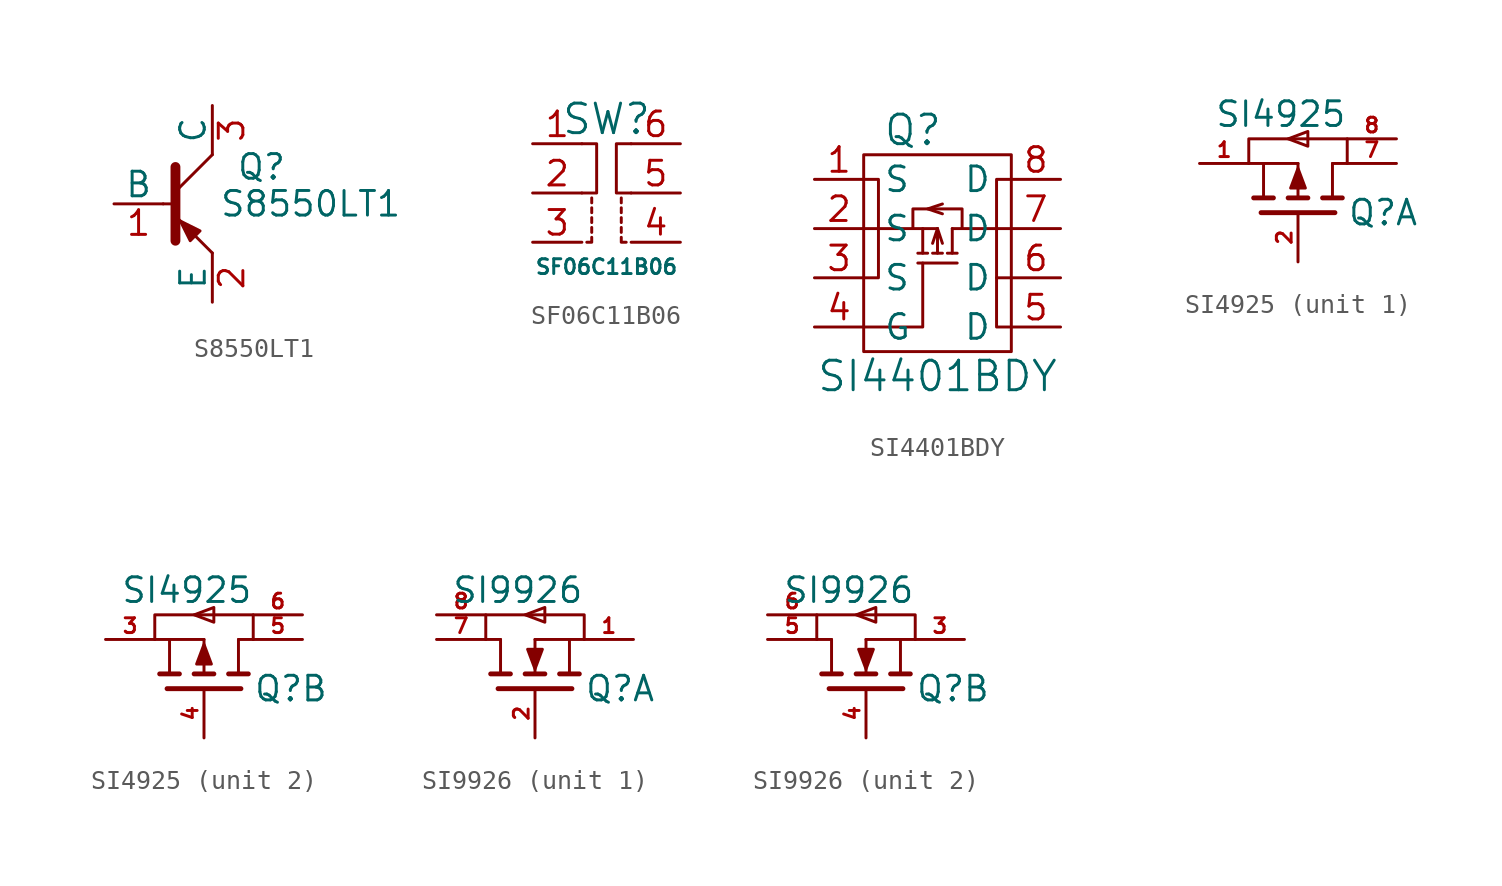
<source format=kicad_sym>
(kicad_symbol_lib
  (version 20220914)
  (generator kicad_symbol_editor)
  (symbol "S8550LT1"
    (pin_names
      (offset 0))
    (property "Reference" "Q"
      (at 2.54 1.905 0)
      (effects (font (size 1.27 1.27))))
    (property "Value" "S8550LT1"
      (at 5.08 0 0)
      (effects (font (size 1.27 1.27))))
    (property "Datasheet" ""
      (at -2.54 0 0)
      (effects (font (size 1.27 1.27)) (justify left)))
    (symbol "S8550LT1_0_1"
      (polyline (pts (xy -2.54 0) (xy -1.905 0)) (stroke (width 0) (type default)) (fill (type none)))
      (polyline (pts (xy 0 -2.54) (xy -1.905 -0.635)) (stroke (width 0) (type default)) (fill (type none)))
      (polyline (pts (xy 0 2.54) (xy -1.905 0.635)) (stroke (width 0) (type default)) (fill (type none)))
      (polyline (pts (xy -1.905 1.905) (xy -1.905 -1.905) (xy -1.905 -1.905)) (stroke (width 0.508) (type default)) (fill (type outline)))
      (polyline (pts (xy -1.143 -1.905) (xy -0.635 -1.397) (xy -1.651 -0.889) (xy -1.143 -1.905) (xy -1.143 -1.905)) (stroke (width 0) (type default)) (fill (type outline))))
    (symbol "S8550LT1_1_1"
      (pin bidirectional line (at -5.08 0 0) (length 2.54) (name "B" (effects (font (size 1.27 1.27)))) (number "1" (effects (font (size 1.27 1.27)))))
      (pin bidirectional line (at 0 -5.08 90) (length 2.54) (name "E" (effects (font (size 1.27 1.27)))) (number "2" (effects (font (size 1.27 1.27)))))
      (pin bidirectional line (at 0 5.08 270) (length 2.54) (name "C" (effects (font (size 1.27 1.27)))) (number "3" (effects (font (size 1.27 1.27)))))))
  (symbol "SF06C11B06"
    (pin_names
      (offset 1.016))
    (property "Reference" "SW"
      (at 0 3.81 0)
      (effects (font (size 1.524 1.524))))
    (property "Value" "SF06C11B06"
      (at 0 -3.81 0)
      (effects (font (size 0.762 0.762))))
    (symbol "SF06C11B06_0_1"
      (polyline (pts (xy -0.762 -1.778) (xy -0.762 -2.032)) (stroke (width 0) (type default)) (fill (type none)))
      (polyline (pts (xy -0.762 -1.27) (xy -0.762 -1.524)) (stroke (width 0) (type default)) (fill (type none)))
      (polyline (pts (xy -0.762 -0.762) (xy -0.762 -1.016)) (stroke (width 0) (type default)) (fill (type none)))
      (polyline (pts (xy -0.762 -0.254) (xy -0.762 -0.508)) (stroke (width 0) (type default)) (fill (type none)))
      (polyline (pts (xy 0.762 -2.032) (xy 0.762 -1.778)) (stroke (width 0) (type default)) (fill (type none)))
      (polyline (pts (xy 0.762 -1.524) (xy 0.762 -1.27)) (stroke (width 0) (type default)) (fill (type none)))
      (polyline (pts (xy 0.762 -1.016) (xy 0.762 -0.762)) (stroke (width 0) (type default)) (fill (type none)))
      (polyline (pts (xy 0.762 -0.508) (xy 0.762 -0.254)) (stroke (width 0) (type default)) (fill (type none)))
      (polyline (pts (xy -0.762 -2.286) (xy -0.762 -2.54) (xy -1.016 -2.54)) (stroke (width 0) (type default)) (fill (type none)))
      (polyline (pts (xy 1.016 -2.54) (xy 0.762 -2.54) (xy 0.762 -2.286)) (stroke (width 0) (type default)) (fill (type none)))
      (polyline (pts (xy -1.27 2.54) (xy -0.508 2.54) (xy -0.508 0) (xy -1.27 0)) (stroke (width 0) (type default)) (fill (type none)))
      (polyline (pts (xy 1.27 0) (xy 0.508 0) (xy 0.508 2.54) (xy 1.27 2.54)) (stroke (width 0) (type default)) (fill (type none))))
    (symbol "SF06C11B06_1_1"
      (pin input line (at -3.81 2.54 0) (length 2.54) (name "~" (effects (font (size 1.27 1.27)))) (number "1" (effects (font (size 1.27 1.27)))))
      (pin input line (at -3.81 0 0) (length 2.54) (name "~" (effects (font (size 1.27 1.27)))) (number "2" (effects (font (size 1.27 1.27)))))
      (pin input line (at -3.81 -2.54 0) (length 2.54) (name "~" (effects (font (size 1.27 1.27)))) (number "3" (effects (font (size 1.27 1.27)))))
      (pin input line (at 3.81 -2.54 180) (length 2.54) (name "~" (effects (font (size 1.27 1.27)))) (number "4" (effects (font (size 1.27 1.27)))))
      (pin input line (at 3.81 0 180) (length 2.54) (name "~" (effects (font (size 1.27 1.27)))) (number "5" (effects (font (size 1.27 1.27)))))
      (pin input line (at 3.81 2.54 180) (length 2.54) (name "~" (effects (font (size 1.27 1.27)))) (number "6" (effects (font (size 1.27 1.27)))))))
  (symbol "SI4401BDY"
    (pin_names
      (offset 1.016))
    (property "Reference" "Q"
      (at -1.27 6.35 0)
      (effects (font (size 1.524 1.524))))
    (property "Value" "SI4401BDY"
      (at 0 -6.35 0)
      (effects (font (size 1.524 1.524))))
    (property "Footprint" ""
      (at 0 0 0)
      (effects (font (size 1.524 1.524))))
    (property "Datasheet" ""
      (at 0 0 0)
      (effects (font (size 1.524 1.524))))
    (symbol "SI4401BDY_0_1"
      (rectangle (start -3.81 5.08) (end 3.81 -5.08) (stroke (width 0) (type default)) (fill (type none)))
      (polyline (pts (xy -3.81 1.27) (xy 0 1.27)) (stroke (width 0) (type default)) (fill (type none)))
      (polyline (pts (xy -1.016 -0.508) (xy 1.016 -0.508)) (stroke (width 0) (type default)) (fill (type none)))
      (polyline (pts (xy -0.762 0) (xy -0.762 1.27)) (stroke (width 0) (type default)) (fill (type none)))
      (polyline (pts (xy -0.508 0) (xy -1.016 0)) (stroke (width 0) (type default)) (fill (type none)))
      (polyline (pts (xy -0.254 0) (xy 0.254 0)) (stroke (width 0) (type default)) (fill (type none)))
      (polyline (pts (xy 0 1.27) (xy 0 0)) (stroke (width 0) (type default)) (fill (type none)))
      (polyline (pts (xy 0.508 0) (xy 1.016 0)) (stroke (width 0) (type default)) (fill (type none)))
      (polyline (pts (xy 0.762 1.27) (xy 0.762 0)) (stroke (width 0) (type default)) (fill (type none)))
      (polyline (pts (xy 3.81 -1.27) (xy 3.048 -1.27)) (stroke (width 0) (type default)) (fill (type none)))
      (polyline (pts (xy 3.81 1.27) (xy 0.762 1.27)) (stroke (width 0) (type default)) (fill (type none)))
      (polyline (pts (xy -0.762 -0.508) (xy -0.762 -3.81) (xy -3.81 -3.81)) (stroke (width 0) (type default)) (fill (type none)))
      (polyline (pts (xy -0.254 0.508) (xy 0 1.27) (xy 0.254 0.508)) (stroke (width 0) (type default)) (fill (type none)))
      (polyline (pts (xy 0.254 2.54) (xy -0.508 2.286) (xy 0.254 2.032)) (stroke (width 0) (type default)) (fill (type none)))
      (polyline (pts (xy -3.81 3.81) (xy -3.048 3.81) (xy -3.048 -1.27) (xy -3.81 -1.27)) (stroke (width 0) (type default)) (fill (type none)))
      (polyline (pts (xy -1.27 1.27) (xy -1.27 2.286) (xy 1.27 2.286) (xy 1.27 1.27)) (stroke (width 0) (type default)) (fill (type none)))
      (polyline (pts (xy 3.81 3.81) (xy 3.048 3.81) (xy 3.048 -3.81) (xy 3.81 -3.81)) (stroke (width 0) (type default)) (fill (type none))))
    (symbol "SI4401BDY_1_1"
      (pin input line (at -6.35 3.81 0) (length 2.54) (name "S" (effects (font (size 1.27 1.27)))) (number "1" (effects (font (size 1.27 1.27)))))
      (pin input line (at -6.35 1.27 0) (length 2.54) (name "S" (effects (font (size 1.27 1.27)))) (number "2" (effects (font (size 1.27 1.27)))))
      (pin input line (at -6.35 -1.27 0) (length 2.54) (name "S" (effects (font (size 1.27 1.27)))) (number "3" (effects (font (size 1.27 1.27)))))
      (pin input line (at -6.35 -3.81 0) (length 2.54) (name "G" (effects (font (size 1.27 1.27)))) (number "4" (effects (font (size 1.27 1.27)))))
      (pin input line (at 6.35 -3.81 180) (length 2.54) (name "D" (effects (font (size 1.27 1.27)))) (number "5" (effects (font (size 1.27 1.27)))))
      (pin input line (at 6.35 -1.27 180) (length 2.54) (name "D" (effects (font (size 1.27 1.27)))) (number "6" (effects (font (size 1.27 1.27)))))
      (pin input line (at 6.35 1.27 180) (length 2.54) (name "D" (effects (font (size 1.27 1.27)))) (number "7" (effects (font (size 1.27 1.27)))))
      (pin input line (at 6.35 3.81 180) (length 2.54) (name "D" (effects (font (size 1.27 1.27)))) (number "8" (effects (font (size 1.27 1.27)))))))
  (symbol "SI4925"
    (pin_names
      (offset 0) hide)
    (property "Reference" "Q"
      (at 2.54 -2.54 0)
      (effects (font (size 1.27 1.27)) (justify left)))
    (property "Value" "SI4925"
      (at 2.54 2.54 0)
      (effects (font (size 1.27 1.27)) (justify right)))
    (property "Footprint" ""
      (at -2.54 2.54 90)
      (effects (font (size 1.27 1.27))))
    (property "Datasheet" ""
      (at 0 -2.54 90)
      (effects (font (size 1.27 1.27))))
    (symbol "SI4925_0_1"
      (polyline (pts (xy -2.54 0) (xy -1.778 0)) (stroke (width 0) (type default)) (fill (type none)))
      (polyline (pts (xy -2.286 -1.778) (xy -1.27 -1.778)) (stroke (width 0.254) (type default)) (fill (type none)))
      (polyline (pts (xy -1.778 -1.778) (xy -1.778 0)) (stroke (width 0) (type default)) (fill (type none)))
      (polyline (pts (xy -0.508 -1.778) (xy 0.508 -1.778)) (stroke (width 0.254) (type default)) (fill (type none)))
      (polyline (pts (xy 0 -1.778) (xy 0 0)) (stroke (width 0) (type default)) (fill (type none)))
      (polyline (pts (xy 0 0) (xy -1.778 0)) (stroke (width 0) (type default)) (fill (type none)))
      (polyline (pts (xy 1.27 -1.778) (xy 2.286 -1.778)) (stroke (width 0.254) (type default)) (fill (type none)))
      (polyline (pts (xy 1.778 -1.778) (xy 1.778 0)) (stroke (width 0) (type default)) (fill (type none)))
      (polyline (pts (xy 1.778 0) (xy 2.54 0)) (stroke (width 0) (type default)) (fill (type none)))
      (polyline (pts (xy -1.905 -2.54) (xy 1.905 -2.54) (xy 1.905 -2.54)) (stroke (width 0.254) (type default)) (fill (type none)))
      (polyline (pts (xy -2.54 0) (xy -2.54 1.27) (xy 2.54 1.27) (xy 2.54 0)) (stroke (width 0) (type default)) (fill (type none)))
      (polyline (pts (xy -0.508 1.27) (xy 0.508 0.889) (xy 0.508 1.651) (xy -0.508 1.27)) (stroke (width 0) (type default)) (fill (type none)))
      (polyline (pts (xy 0 -0.254) (xy 0.381 -1.27) (xy -0.381 -1.27) (xy 0 -0.254)) (stroke (width 0) (type default)) (fill (type outline))))
    (symbol "SI4925_1_1"
      (pin passive line (at -5.08 0 0) (length 2.54) (name "S2" (effects (font (size 0.762 0.762)))) (number "1" (effects (font (size 0.762 0.762)))))
      (pin input line (at 0 -5.08 90) (length 2.54) (name "G2" (effects (font (size 0.762 0.762)))) (number "2" (effects (font (size 0.762 0.762)))))
      (pin passive line (at 5.08 0 180) (length 2.54) (name "D2" (effects (font (size 0.762 0.762)))) (number "7" (effects (font (size 0.762 0.762)))))
      (pin passive line (at 5.08 1.27 180) (length 2.54) (name "D2" (effects (font (size 0.762 0.762)))) (number "8" (effects (font (size 0.762 0.762))))))
    (symbol "SI4925_2_1"
      (pin passive line (at -5.08 0 0) (length 2.54) (name "S2" (effects (font (size 0.762 0.762)))) (number "3" (effects (font (size 0.762 0.762)))))
      (pin input line (at 0 -5.08 90) (length 2.54) (name "G2" (effects (font (size 0.762 0.762)))) (number "4" (effects (font (size 0.762 0.762)))))
      (pin passive line (at 5.08 0 180) (length 2.54) (name "D2" (effects (font (size 0.762 0.762)))) (number "5" (effects (font (size 0.762 0.762)))))
      (pin passive line (at 5.08 1.27 180) (length 2.54) (name "D2" (effects (font (size 0.762 0.762)))) (number "6" (effects (font (size 0.762 0.762)))))))
  (symbol "SI9926"
    (pin_names
      (offset 0) hide)
    (property "Reference" "Q"
      (at 2.54 -2.54 0)
      (effects (font (size 1.27 1.27)) (justify left)))
    (property "Value" "SI9926"
      (at 2.54 2.54 0)
      (effects (font (size 1.27 1.27)) (justify right)))
    (property "Footprint" ""
      (at -2.54 2.54 90)
      (effects (font (size 1.27 1.27))))
    (property "Datasheet" ""
      (at 0 -2.54 90)
      (effects (font (size 1.27 1.27))))
    (symbol "SI9926_0_1"
      (polyline (pts (xy -2.54 0) (xy -1.778 0)) (stroke (width 0) (type default)) (fill (type none)))
      (polyline (pts (xy -2.286 -1.778) (xy -1.27 -1.778)) (stroke (width 0.254) (type default)) (fill (type none)))
      (polyline (pts (xy -1.778 -1.778) (xy -1.778 0)) (stroke (width 0) (type default)) (fill (type none)))
      (polyline (pts (xy -0.508 -1.778) (xy 0.508 -1.778)) (stroke (width 0.254) (type default)) (fill (type none)))
      (polyline (pts (xy 0 -1.778) (xy 0 0)) (stroke (width 0) (type default)) (fill (type none)))
      (polyline (pts (xy 1.27 -1.778) (xy 2.286 -1.778)) (stroke (width 0.254) (type default)) (fill (type none)))
      (polyline (pts (xy 1.778 -1.778) (xy 1.778 0)) (stroke (width 0) (type default)) (fill (type none)))
      (polyline (pts (xy 1.778 0) (xy 0 0)) (stroke (width 0) (type default)) (fill (type none)))
      (polyline (pts (xy 1.778 0) (xy 2.54 0)) (stroke (width 0) (type default)) (fill (type none)))
      (polyline (pts (xy -1.905 -2.54) (xy 1.905 -2.54) (xy 1.905 -2.54)) (stroke (width 0.254) (type default)) (fill (type none)))
      (polyline (pts (xy -2.54 0) (xy -2.54 1.27) (xy 2.54 1.27) (xy 2.54 0)) (stroke (width 0) (type default)) (fill (type none)))
      (polyline (pts (xy -0.508 1.27) (xy 0.508 0.889) (xy 0.508 1.651) (xy -0.508 1.27)) (stroke (width 0) (type default)) (fill (type none)))
      (polyline (pts (xy 0 -1.524) (xy -0.381 -0.508) (xy 0.381 -0.508) (xy 0 -1.524)) (stroke (width 0) (type default)) (fill (type outline))))
    (symbol "SI9926_1_1"
      (pin passive line (at 5.08 0 180) (length 2.54) (name "S2" (effects (font (size 0.762 0.762)))) (number "1" (effects (font (size 0.762 0.762)))))
      (pin bidirectional line (at 0 -5.08 90) (length 2.54) (name "G2" (effects (font (size 0.762 0.762)))) (number "2" (effects (font (size 0.762 0.762)))))
      (pin passive line (at -5.08 0 0) (length 2.54) (name "D2" (effects (font (size 0.762 0.762)))) (number "7" (effects (font (size 0.762 0.762)))))
      (pin passive line (at -5.08 1.27 0) (length 2.54) (name "D2" (effects (font (size 0.762 0.762)))) (number "8" (effects (font (size 0.762 0.762))))))
    (symbol "SI9926_2_1"
      (pin passive line (at 5.08 0 180) (length 2.54) (name "S2" (effects (font (size 0.762 0.762)))) (number "3" (effects (font (size 0.762 0.762)))))
      (pin bidirectional line (at 0 -5.08 90) (length 2.54) (name "G2" (effects (font (size 0.762 0.762)))) (number "4" (effects (font (size 0.762 0.762)))))
      (pin passive line (at -5.08 0 0) (length 2.54) (name "D2" (effects (font (size 0.762 0.762)))) (number "5" (effects (font (size 0.762 0.762)))))
      (pin passive line (at -5.08 1.27 0) (length 2.54) (name "D2" (effects (font (size 0.762 0.762)))) (number "6" (effects (font (size 0.762 0.762))))))))
</source>
